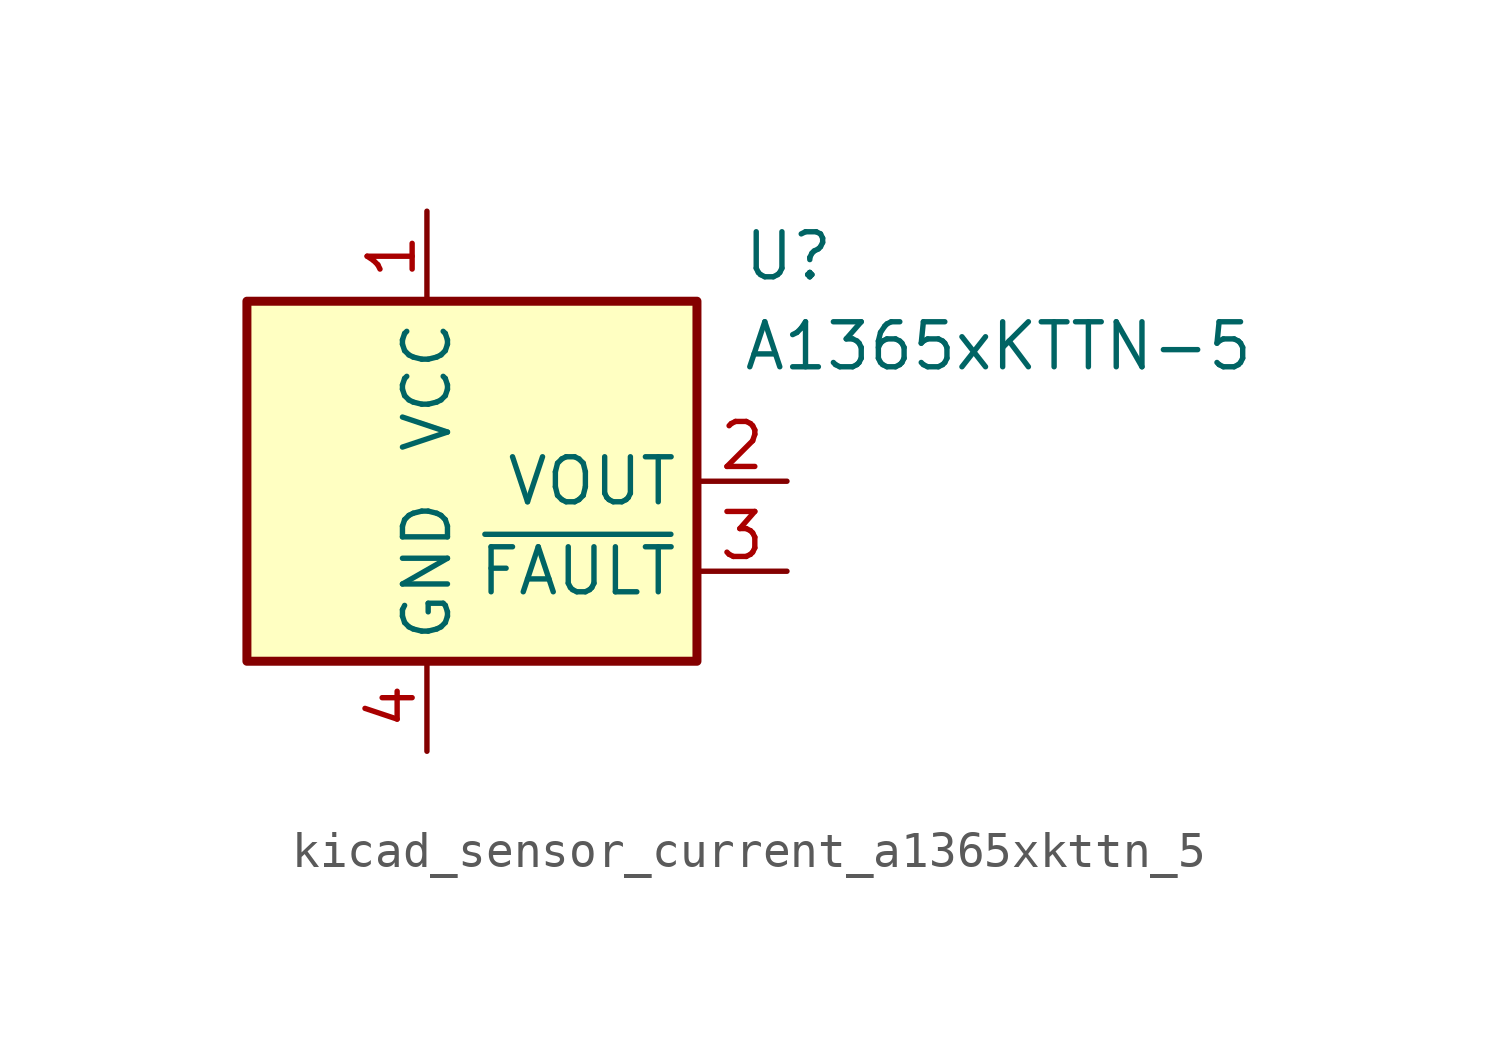
<source format=kicad_sym>
(kicad_symbol_lib
  (version 20220914)
  (generator kicad_symbol_editor)
  (symbol "kicad_sensor_current_a1365xkttn_5"
    (property "Reference" "U"
      (at 8.89 6.35 0)
      (effects (font (size 1.27 1.27)) (justify left)))
    (property "Value" "A1365xKTTN-5"
      (at 8.89 3.81 0)
      (effects (font (size 1.27 1.27)) (justify left)))
    (symbol "kicad_sensor_current_a1365xkttn_5_0_1"
      (rectangle (start -5.08 5.08) (end 7.62 -5.08) (stroke (width 0.254) (type default)) (fill (type background))))
    (symbol "kicad_sensor_current_a1365xkttn_5_1_1"
      (pin power_in line (at 0 7.62 270) (length 2.54) (name "VCC" (effects (font (size 1.27 1.27)))) (number "1" (effects (font (size 1.27 1.27)))))
      (pin output line (at 10.16 0 180) (length 2.54) (name "VOUT" (effects (font (size 1.27 1.27)))) (number "2" (effects (font (size 1.27 1.27)))))
      (pin output line (at 10.16 -2.54 180) (length 2.54) (name "~{FAULT}" (effects (font (size 1.27 1.27)))) (number "3" (effects (font (size 1.27 1.27)))))
      (pin power_in line (at 0 -7.62 90) (length 2.54) (name "GND" (effects (font (size 1.27 1.27)))) (number "4" (effects (font (size 1.27 1.27))))))))
</source>
